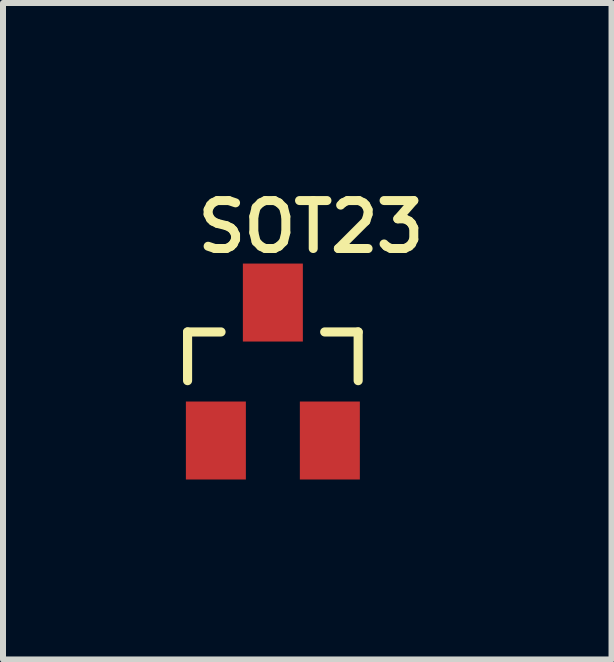
<source format=kicad_pcb>
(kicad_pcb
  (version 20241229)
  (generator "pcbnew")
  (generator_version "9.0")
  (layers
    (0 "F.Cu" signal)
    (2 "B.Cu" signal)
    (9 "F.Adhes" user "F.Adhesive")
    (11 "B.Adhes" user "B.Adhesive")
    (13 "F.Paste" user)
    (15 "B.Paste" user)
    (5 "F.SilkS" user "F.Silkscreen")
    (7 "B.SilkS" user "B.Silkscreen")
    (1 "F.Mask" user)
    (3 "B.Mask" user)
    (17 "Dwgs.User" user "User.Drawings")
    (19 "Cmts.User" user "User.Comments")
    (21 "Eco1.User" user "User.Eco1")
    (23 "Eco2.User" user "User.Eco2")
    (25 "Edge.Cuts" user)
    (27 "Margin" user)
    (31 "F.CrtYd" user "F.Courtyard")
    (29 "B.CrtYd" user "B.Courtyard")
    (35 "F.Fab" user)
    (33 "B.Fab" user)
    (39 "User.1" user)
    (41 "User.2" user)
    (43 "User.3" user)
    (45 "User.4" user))
  (footprint "SOT23"
    (layer "F.Cu")
    (at 1.499 3.144)
    (property "Reference" "SOT23" (at 0.635 -2.413 0) (layer "F.SilkS") (effects (font (size 0.8 0.8) (thickness 0.15))))
    (attr smd)
    (fp_line (start -1.422 -0.66) (end -0.864 -0.66) (stroke (width 0.152) (type solid)) (layer "F.SilkS"))
    (fp_line (start -1.422 0.152) (end -1.422 -0.66) (stroke (width 0.152) (type solid)) (layer "F.SilkS"))
    (fp_line (start 0.864 -0.66) (end 1.422 -0.66) (stroke (width 0.152) (type solid)) (layer "F.SilkS"))
    (fp_line (start 1.422 -0.66) (end 1.422 0.152) (stroke (width 0.152) (type solid)) (layer "F.SilkS"))
    (pad "1" smd rect (at -0.95 1.15) (size 1 1.3) (layers "F.Cu" "F.Mask" "F.Paste"))
    (pad "2" smd rect (at 0.95 1.15) (size 1 1.3) (layers "F.Cu" "F.Mask" "F.Paste"))
    (pad "3" smd rect (at 0 -1.15) (size 1 1.3) (layers "F.Cu" "F.Mask" "F.Paste")))
  (gr_rect
    (start -3 -3)
    (end 7.145 7.944)
    (stroke (width 0.1) (type default))
    (fill no)
    (layer "Edge.Cuts")))
</source>
